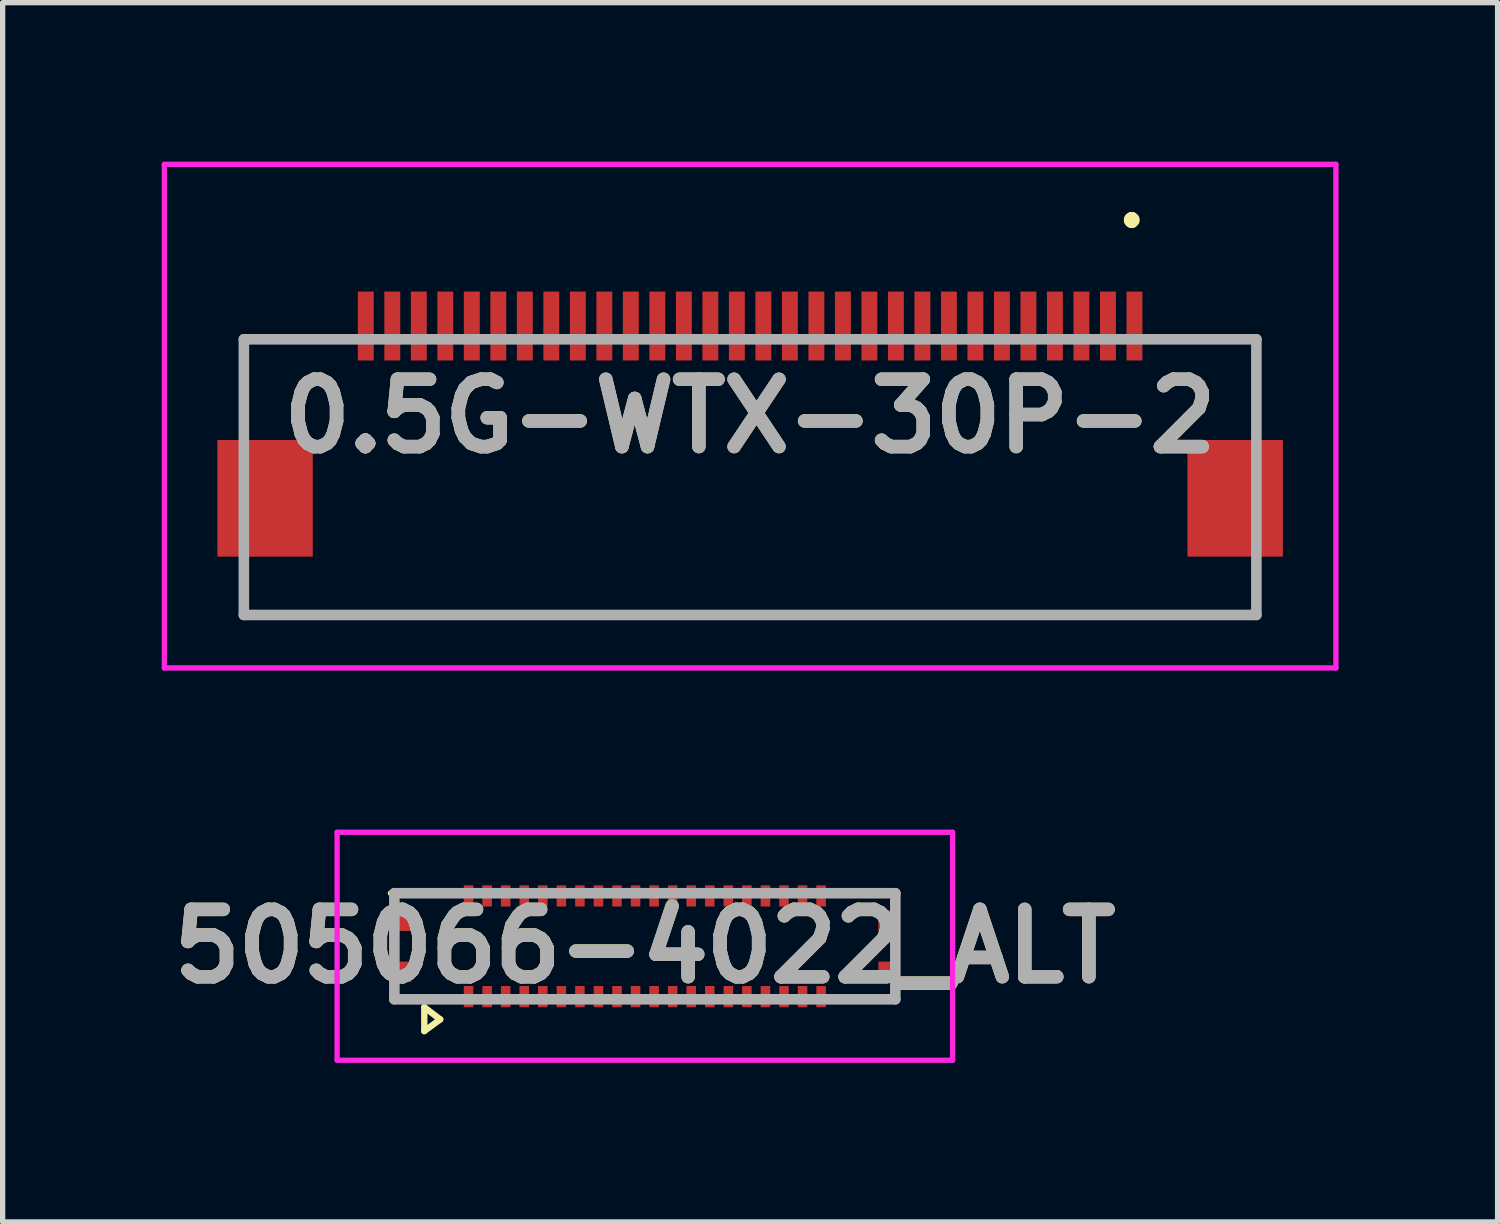
<source format=kicad_pcb>
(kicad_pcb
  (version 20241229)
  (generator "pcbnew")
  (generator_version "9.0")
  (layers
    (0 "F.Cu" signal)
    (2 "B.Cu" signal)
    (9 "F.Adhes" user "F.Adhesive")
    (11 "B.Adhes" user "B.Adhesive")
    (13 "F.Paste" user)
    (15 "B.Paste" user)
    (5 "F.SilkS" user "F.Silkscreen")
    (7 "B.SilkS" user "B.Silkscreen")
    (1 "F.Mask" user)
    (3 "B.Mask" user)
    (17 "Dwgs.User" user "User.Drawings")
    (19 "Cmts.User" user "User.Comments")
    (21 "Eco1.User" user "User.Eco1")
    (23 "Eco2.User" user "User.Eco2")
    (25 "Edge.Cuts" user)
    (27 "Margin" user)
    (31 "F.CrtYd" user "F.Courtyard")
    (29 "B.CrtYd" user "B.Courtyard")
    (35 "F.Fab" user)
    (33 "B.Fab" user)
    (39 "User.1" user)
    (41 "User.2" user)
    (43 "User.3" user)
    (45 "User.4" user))
  (footprint "0.5G-WTX-30P-2"
    (layer "F.Cu")
    (at 11.1 5.95)
    (property "Reference" "0.5G-WTX-30P-2" (at 0 -1.15 0) (layer "F.SilkS") (effects (font (size 1.27 1.27) (thickness 0.254))))
    (attr smd)
    (fp_line (start -9.55 -2.6) (end -9.55 -2.6) (stroke (width 0.1) (type solid)) (layer "F.SilkS"))
    (fp_line (start -9.55 -2.6) (end -9.55 -1.35) (stroke (width 0.1) (type solid)) (layer "F.SilkS"))
    (fp_line (start -9.55 -1.35) (end -9.55 -2.6) (stroke (width 0.1) (type solid)) (layer "F.SilkS"))
    (fp_line (start -9.55 -1.35) (end -9.55 -1.35) (stroke (width 0.1) (type solid)) (layer "F.SilkS"))
    (fp_line (start -9.55 2.15) (end -9.55 2.15) (stroke (width 0.1) (type solid)) (layer "F.SilkS"))
    (fp_line (start -9.55 2.15) (end -9.55 2.6) (stroke (width 0.1) (type solid)) (layer "F.SilkS"))
    (fp_line (start -9.55 2.6) (end -9.55 2.15) (stroke (width 0.1) (type solid)) (layer "F.SilkS"))
    (fp_line (start -9.55 2.6) (end -9.55 2.6) (stroke (width 0.1) (type solid)) (layer "F.SilkS"))
    (fp_line (start -9.55 2.6) (end -9.55 2.6) (stroke (width 0.1) (type solid)) (layer "F.SilkS"))
    (fp_line (start -9.55 2.6) (end 9.55 2.6) (stroke (width 0.1) (type solid)) (layer "F.SilkS"))
    (fp_line (start -9.5 -2.6) (end -9.5 -2.6) (stroke (width 0.1) (type solid)) (layer "F.SilkS"))
    (fp_line (start -9.5 -2.6) (end -8 -2.6) (stroke (width 0.1) (type solid)) (layer "F.SilkS"))
    (fp_line (start -8 -2.6) (end -9.5 -2.6) (stroke (width 0.1) (type solid)) (layer "F.SilkS"))
    (fp_line (start -8 -2.6) (end -8 -2.6) (stroke (width 0.1) (type solid)) (layer "F.SilkS"))
    (fp_line (start 7.2 -4.9) (end 7.2 -4.9) (stroke (width 0.2) (type solid)) (layer "F.SilkS"))
    (fp_line (start 7.2 -4.9) (end 7.2 -4.9) (stroke (width 0.2) (type solid)) (layer "F.SilkS"))
    (fp_line (start 7.2 -4.8) (end 7.2 -4.8) (stroke (width 0.2) (type solid)) (layer "F.SilkS"))
    (fp_line (start 8 -2.6) (end 8 -2.6) (stroke (width 0.1) (type solid)) (layer "F.SilkS"))
    (fp_line (start 8 -2.6) (end 9.55 -2.6) (stroke (width 0.1) (type solid)) (layer "F.SilkS"))
    (fp_line (start 9.55 -2.6) (end 8 -2.6) (stroke (width 0.1) (type solid)) (layer "F.SilkS"))
    (fp_line (start 9.55 -2.6) (end 9.55 -2.6) (stroke (width 0.1) (type solid)) (layer "F.SilkS"))
    (fp_line (start 9.55 -2.6) (end 9.55 -2.6) (stroke (width 0.1) (type solid)) (layer "F.SilkS"))
    (fp_line (start 9.55 -2.6) (end 9.55 -1.35) (stroke (width 0.1) (type solid)) (layer "F.SilkS"))
    (fp_line (start 9.55 -1.35) (end 9.55 -2.6) (stroke (width 0.1) (type solid)) (layer "F.SilkS"))
    (fp_line (start 9.55 -1.35) (end 9.55 -1.35) (stroke (width 0.1) (type solid)) (layer "F.SilkS"))
    (fp_line (start 9.55 2.15) (end 9.55 2.15) (stroke (width 0.1) (type solid)) (layer "F.SilkS"))
    (fp_line (start 9.55 2.15) (end 9.55 2.6) (stroke (width 0.1) (type solid)) (layer "F.SilkS"))
    (fp_line (start 9.55 2.6) (end -9.55 2.6) (stroke (width 0.1) (type solid)) (layer "F.SilkS"))
    (fp_line (start 9.55 2.6) (end 9.55 2.15) (stroke (width 0.1) (type solid)) (layer "F.SilkS"))
    (fp_line (start 9.55 2.6) (end 9.55 2.6) (stroke (width 0.1) (type solid)) (layer "F.SilkS"))
    (fp_line (start 9.55 2.6) (end 9.55 2.6) (stroke (width 0.1) (type solid)) (layer "F.SilkS"))
    (fp_arc (start 7.2 -4.9) (mid 7.25 -4.85) (end 7.2 -4.8) (stroke (width 0.2) (type solid)) (layer "F.SilkS"))
    (fp_arc (start 7.2 -4.8) (mid 7.15 -4.85) (end 7.2 -4.9) (stroke (width 0.2) (type solid)) (layer "F.SilkS"))
    (fp_arc (start 7.2 -4.8) (mid 7.15 -4.85) (end 7.2 -4.9) (stroke (width 0.2) (type solid)) (layer "F.SilkS"))
    (fp_line (start -11.05 -5.9) (end 11.05 -5.9) (stroke (width 0.1) (type solid)) (layer "F.CrtYd"))
    (fp_line (start -11.05 3.6) (end -11.05 -5.9) (stroke (width 0.1) (type solid)) (layer "F.CrtYd"))
    (fp_line (start 11.05 -5.9) (end 11.05 3.6) (stroke (width 0.1) (type solid)) (layer "F.CrtYd"))
    (fp_line (start 11.05 3.6) (end -11.05 3.6) (stroke (width 0.1) (type solid)) (layer "F.CrtYd"))
    (fp_line (start -9.55 -2.6) (end -9.55 2.6) (stroke (width 0.2) (type solid)) (layer "F.Fab"))
    (fp_line (start -9.55 2.6) (end 9.55 2.6) (stroke (width 0.2) (type solid)) (layer "F.Fab"))
    (fp_line (start 9.55 -2.6) (end -9.55 -2.6) (stroke (width 0.2) (type solid)) (layer "F.Fab"))
    (fp_line (start 9.55 2.6) (end 9.55 -2.6) (stroke (width 0.2) (type solid)) (layer "F.Fab"))
    (fp_text user "${REFERENCE}" (at 0 -1.15 0) (layer "F.Fab") (effects (font (size 1.27 1.27) (thickness 0.254))))
    (pad "1" smd rect (at 7.25 -2.85) (size 0.3 1.3) (layers "F.Cu" "F.Mask" "F.Paste"))
    (pad "2" smd rect (at 6.75 -2.85) (size 0.3 1.3) (layers "F.Cu" "F.Mask" "F.Paste"))
    (pad "3" smd rect (at 6.25 -2.85) (size 0.3 1.3) (layers "F.Cu" "F.Mask" "F.Paste"))
    (pad "4" smd rect (at 5.75 -2.85) (size 0.3 1.3) (layers "F.Cu" "F.Mask" "F.Paste"))
    (pad "5" smd rect (at 5.25 -2.85) (size 0.3 1.3) (layers "F.Cu" "F.Mask" "F.Paste"))
    (pad "6" smd rect (at 4.75 -2.85) (size 0.3 1.3) (layers "F.Cu" "F.Mask" "F.Paste"))
    (pad "7" smd rect (at 4.25 -2.85) (size 0.3 1.3) (layers "F.Cu" "F.Mask" "F.Paste"))
    (pad "8" smd rect (at 3.75 -2.85) (size 0.3 1.3) (layers "F.Cu" "F.Mask" "F.Paste"))
    (pad "9" smd rect (at 3.25 -2.85) (size 0.3 1.3) (layers "F.Cu" "F.Mask" "F.Paste"))
    (pad "10" smd rect (at 2.75 -2.85) (size 0.3 1.3) (layers "F.Cu" "F.Mask" "F.Paste"))
    (pad "11" smd rect (at 2.25 -2.85) (size 0.3 1.3) (layers "F.Cu" "F.Mask" "F.Paste"))
    (pad "12" smd rect (at 1.75 -2.85) (size 0.3 1.3) (layers "F.Cu" "F.Mask" "F.Paste"))
    (pad "13" smd rect (at 1.25 -2.85) (size 0.3 1.3) (layers "F.Cu" "F.Mask" "F.Paste"))
    (pad "14" smd rect (at 0.75 -2.85) (size 0.3 1.3) (layers "F.Cu" "F.Mask" "F.Paste"))
    (pad "15" smd rect (at 0.25 -2.85) (size 0.3 1.3) (layers "F.Cu" "F.Mask" "F.Paste"))
    (pad "16" smd rect (at -0.25 -2.85) (size 0.3 1.3) (layers "F.Cu" "F.Mask" "F.Paste"))
    (pad "17" smd rect (at -0.75 -2.85) (size 0.3 1.3) (layers "F.Cu" "F.Mask" "F.Paste"))
    (pad "18" smd rect (at -1.25 -2.85) (size 0.3 1.3) (layers "F.Cu" "F.Mask" "F.Paste"))
    (pad "19" smd rect (at -1.75 -2.85) (size 0.3 1.3) (layers "F.Cu" "F.Mask" "F.Paste"))
    (pad "20" smd rect (at -2.25 -2.85) (size 0.3 1.3) (layers "F.Cu" "F.Mask" "F.Paste"))
    (pad "21" smd rect (at -2.75 -2.85) (size 0.3 1.3) (layers "F.Cu" "F.Mask" "F.Paste"))
    (pad "22" smd rect (at -3.25 -2.85) (size 0.3 1.3) (layers "F.Cu" "F.Mask" "F.Paste"))
    (pad "23" smd rect (at -3.75 -2.85) (size 0.3 1.3) (layers "F.Cu" "F.Mask" "F.Paste"))
    (pad "24" smd rect (at -4.25 -2.85) (size 0.3 1.3) (layers "F.Cu" "F.Mask" "F.Paste"))
    (pad "25" smd rect (at -4.75 -2.85) (size 0.3 1.3) (layers "F.Cu" "F.Mask" "F.Paste"))
    (pad "26" smd rect (at -5.25 -2.85) (size 0.3 1.3) (layers "F.Cu" "F.Mask" "F.Paste"))
    (pad "27" smd rect (at -5.75 -2.85) (size 0.3 1.3) (layers "F.Cu" "F.Mask" "F.Paste"))
    (pad "28" smd rect (at -6.25 -2.85) (size 0.3 1.3) (layers "F.Cu" "F.Mask" "F.Paste"))
    (pad "29" smd rect (at -6.75 -2.85) (size 0.3 1.3) (layers "F.Cu" "F.Mask" "F.Paste"))
    (pad "30" smd rect (at -7.25 -2.85) (size 0.3 1.3) (layers "F.Cu" "F.Mask" "F.Paste"))
    (pad "MP1" smd rect (at -9.15 0.4) (size 1.8 2.2) (layers "F.Cu" "F.Mask" "F.Paste"))
    (pad "MP2" smd rect (at 9.15 0.4) (size 1.8 2.2) (layers "F.Cu" "F.Mask" "F.Paste")))
  (footprint "505066-4022_ALT"
    (layer "F.Cu")
    (at 9.114 14.8)
    (property "Reference" "505066-4022_ALT" (at 0 0 0) (layer "F.SilkS") (effects (font (size 1.27 1.27) (thickness 0.254))))
    (attr smd)
    (fp_line (start -4.16 1.15) (end -4.16 1.6) (stroke (width 0.12) (type default)) (layer "F.SilkS"))
    (fp_line (start -4.16 1.6) (end -3.86 1.38) (stroke (width 0.12) (type default)) (layer "F.SilkS"))
    (fp_line (start -3.86 1.38) (end -4.16 1.15) (stroke (width 0.12) (type default)) (layer "F.SilkS"))
    (fp_line (start -3.6 -1) (end -4.8 -1) (stroke (width 0.1) (type solid)) (layer "F.SilkS"))
    (fp_line (start -3.6 1) (end -4.725 1) (stroke (width 0.1) (type solid)) (layer "F.SilkS"))
    (fp_line (start 3.6 -1) (end 4.725 -1) (stroke (width 0.1) (type solid)) (layer "F.SilkS"))
    (fp_line (start 4.725 1) (end 3.6 1) (stroke (width 0.1) (type solid)) (layer "F.SilkS"))
    (fp_line (start -5.805 -2.15) (end 5.805 -2.15) (stroke (width 0.1) (type solid)) (layer "F.CrtYd"))
    (fp_line (start -5.805 2.15) (end -5.805 -2.15) (stroke (width 0.1) (type solid)) (layer "F.CrtYd"))
    (fp_line (start 5.805 -2.15) (end 5.805 2.15) (stroke (width 0.1) (type solid)) (layer "F.CrtYd"))
    (fp_line (start 5.805 2.15) (end -5.805 2.15) (stroke (width 0.1) (type solid)) (layer "F.CrtYd"))
    (fp_line (start -4.725 -1) (end 4.725 -1) (stroke (width 0.2) (type solid)) (layer "F.Fab"))
    (fp_line (start -4.725 1) (end -4.725 -1) (stroke (width 0.2) (type solid)) (layer "F.Fab"))
    (fp_line (start 4.725 -1) (end 4.725 1) (stroke (width 0.2) (type solid)) (layer "F.Fab"))
    (fp_line (start 4.725 1) (end -4.725 1) (stroke (width 0.2) (type solid)) (layer "F.Fab"))
    (fp_text user "${REFERENCE}" (at 0 0 0) (layer "F.Fab") (effects (font (size 1.27 1.27) (thickness 0.254))))
    (pad "1" smd rect (at -3.325 0.95) (size 0.18 0.4) (layers "F.Cu" "F.Mask" "F.Paste"))
    (pad "2" smd rect (at -2.975 0.95) (size 0.18 0.4) (layers "F.Cu" "F.Mask" "F.Paste"))
    (pad "3" smd rect (at -2.625 0.95) (size 0.18 0.4) (layers "F.Cu" "F.Mask" "F.Paste"))
    (pad "4" smd rect (at -2.275 0.95) (size 0.18 0.4) (layers "F.Cu" "F.Mask" "F.Paste"))
    (pad "5" smd rect (at -1.925 0.95) (size 0.18 0.4) (layers "F.Cu" "F.Mask" "F.Paste"))
    (pad "6" smd rect (at -1.575 0.95) (size 0.18 0.4) (layers "F.Cu" "F.Mask" "F.Paste"))
    (pad "7" smd rect (at -1.225 0.95) (size 0.18 0.4) (layers "F.Cu" "F.Mask" "F.Paste"))
    (pad "8" smd rect (at -0.875 0.95) (size 0.18 0.4) (layers "F.Cu" "F.Mask" "F.Paste"))
    (pad "9" smd rect (at -0.525 0.95) (size 0.18 0.4) (layers "F.Cu" "F.Mask" "F.Paste"))
    (pad "10" smd rect (at -0.175 0.95) (size 0.18 0.4) (layers "F.Cu" "F.Mask" "F.Paste"))
    (pad "11" smd rect (at 0.175 0.95) (size 0.18 0.4) (layers "F.Cu" "F.Mask" "F.Paste"))
    (pad "12" smd rect (at 0.525 0.95) (size 0.18 0.4) (layers "F.Cu" "F.Mask" "F.Paste"))
    (pad "13" smd rect (at 0.875 0.95) (size 0.18 0.4) (layers "F.Cu" "F.Mask" "F.Paste"))
    (pad "14" smd rect (at 1.225 0.95) (size 0.18 0.4) (layers "F.Cu" "F.Mask" "F.Paste"))
    (pad "15" smd rect (at 1.575 0.95) (size 0.18 0.4) (layers "F.Cu" "F.Mask" "F.Paste"))
    (pad "16" smd rect (at 1.925 0.95) (size 0.18 0.4) (layers "F.Cu" "F.Mask" "F.Paste"))
    (pad "17" smd rect (at 2.275 0.95) (size 0.18 0.4) (layers "F.Cu" "F.Mask" "F.Paste"))
    (pad "18" smd rect (at 2.625 0.95) (size 0.18 0.4) (layers "F.Cu" "F.Mask" "F.Paste"))
    (pad "19" smd rect (at 2.975 0.95) (size 0.18 0.4) (layers "F.Cu" "F.Mask" "F.Paste"))
    (pad "20" smd rect (at 3.325 0.95) (size 0.18 0.4) (layers "F.Cu" "F.Mask" "F.Paste"))
    (pad "21" smd rect (at 3.325 -0.95) (size 0.18 0.4) (layers "F.Cu" "F.Mask" "F.Paste"))
    (pad "22" smd rect (at 2.975 -0.95) (size 0.18 0.4) (layers "F.Cu" "F.Mask" "F.Paste"))
    (pad "23" smd rect (at 2.625 -0.95) (size 0.18 0.4) (layers "F.Cu" "F.Mask" "F.Paste"))
    (pad "24" smd rect (at 2.275 -0.95) (size 0.18 0.4) (layers "F.Cu" "F.Mask" "F.Paste"))
    (pad "25" smd rect (at 1.925 -0.95) (size 0.18 0.4) (layers "F.Cu" "F.Mask" "F.Paste"))
    (pad "26" smd rect (at 1.575 -0.95) (size 0.18 0.4) (layers "F.Cu" "F.Mask" "F.Paste"))
    (pad "27" smd rect (at 1.225 -0.95) (size 0.18 0.4) (layers "F.Cu" "F.Mask" "F.Paste"))
    (pad "28" smd rect (at 0.875 -0.95) (size 0.18 0.4) (layers "F.Cu" "F.Mask" "F.Paste"))
    (pad "29" smd rect (at 0.525 -0.95) (size 0.18 0.4) (layers "F.Cu" "F.Mask" "F.Paste"))
    (pad "30" smd rect (at 0.175 -0.95) (size 0.18 0.4) (layers "F.Cu" "F.Mask" "F.Paste"))
    (pad "31" smd rect (at -0.175 -0.95) (size 0.18 0.4) (layers "F.Cu" "F.Mask" "F.Paste"))
    (pad "32" smd rect (at -0.525 -0.95) (size 0.18 0.4) (layers "F.Cu" "F.Mask" "F.Paste"))
    (pad "33" smd rect (at -0.875 -0.95) (size 0.18 0.4) (layers "F.Cu" "F.Mask" "F.Paste"))
    (pad "34" smd rect (at -1.225 -0.95) (size 0.18 0.4) (layers "F.Cu" "F.Mask" "F.Paste"))
    (pad "35" smd rect (at -1.575 -0.95) (size 0.18 0.4) (layers "F.Cu" "F.Mask" "F.Paste"))
    (pad "36" smd rect (at -1.925 -0.95) (size 0.18 0.4) (layers "F.Cu" "F.Mask" "F.Paste"))
    (pad "37" smd rect (at -2.275 -0.95) (size 0.18 0.4) (layers "F.Cu" "F.Mask" "F.Paste"))
    (pad "38" smd rect (at -2.625 -0.95) (size 0.18 0.4) (layers "F.Cu" "F.Mask" "F.Paste"))
    (pad "39" smd rect (at -2.975 -0.95) (size 0.18 0.4) (layers "F.Cu" "F.Mask" "F.Paste"))
    (pad "40" smd rect (at -3.325 -0.95) (size 0.18 0.4) (layers "F.Cu" "F.Mask" "F.Paste"))
    (pad "MP1" smd rect (at -4.605 0.482 90) (size 0.385 0.4) (layers "F.Cu" "F.Mask" "F.Paste"))
    (pad "MP2" smd rect (at -4.605 -0.482 90) (size 0.385 0.4) (layers "F.Cu" "F.Mask" "F.Paste"))
    (pad "MP3" smd rect (at 4.605 0.482 90) (size 0.385 0.4) (layers "F.Cu" "F.Mask" "F.Paste"))
    (pad "MP4" smd rect (at 4.605 -0.482 90) (size 0.385 0.4) (layers "F.Cu" "F.Mask" "F.Paste")))
  (gr_rect
    (start -3 -3)
    (end 25.2 20)
    (stroke (width 0.1) (type default))
    (fill no)
    (layer "Edge.Cuts")))
</source>
